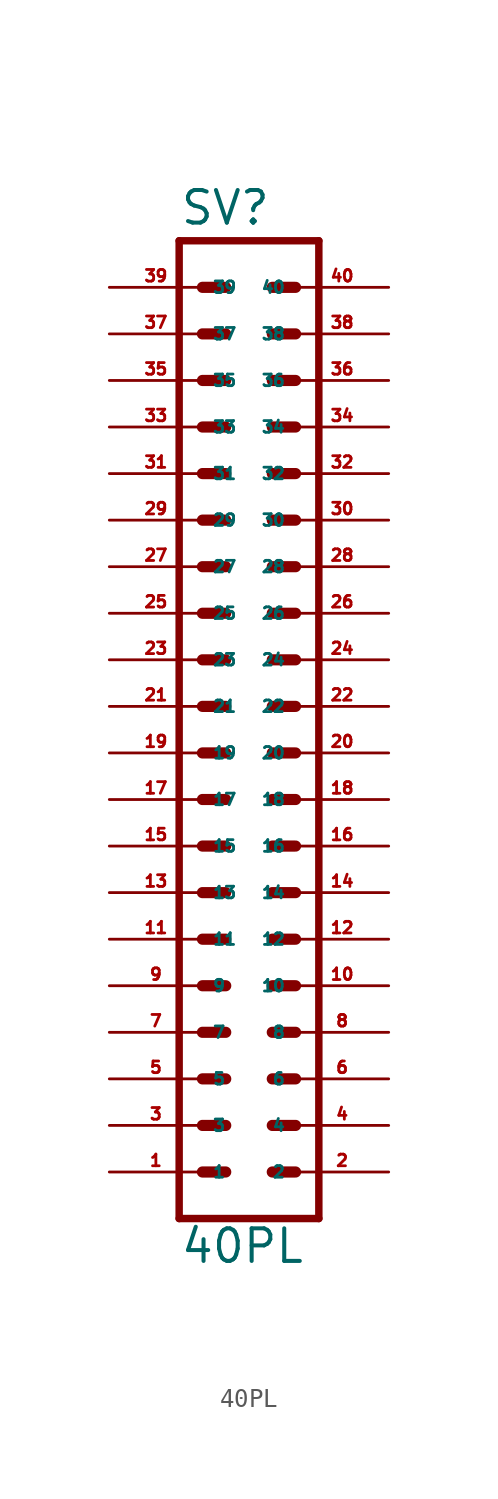
<source format=kicad_sym>
(kicad_symbol_lib
  (version 20220914)
  (generator Eagle2Kicad)
  (symbol "40PL"
    (property "Reference" "SV"
      (at -3.81 28.702 0)
      (effects (font (size 1.778 1.778) (thickness 0.22)) (justify left bottom)))
    (property "Value" "40PL"
      (at -3.81 -27.94 0)
      (effects (font (size 1.778 1.778) (thickness 0.22)) (justify left bottom)))
    (polyline
      (pts (xy 3.81 -25.4) (xy -3.81 -25.4))
      (stroke (width 0.406) (type default))
      (fill (type none)))
    (polyline
      (pts (xy -3.81 27.94) (xy -3.81 -25.4))
      (stroke (width 0.406) (type default))
      (fill (type none)))
    (polyline
      (pts (xy -3.81 27.94) (xy 3.81 27.94))
      (stroke (width 0.406) (type default))
      (fill (type none)))
    (polyline
      (pts (xy 3.81 -25.4) (xy 3.81 27.94))
      (stroke (width 0.406) (type default))
      (fill (type none)))
    (polyline
      (pts (xy -2.54 -22.86) (xy -1.27 -22.86))
      (stroke (width 0.61) (type default))
      (fill (type none)))
    (polyline
      (pts (xy -2.54 -20.32) (xy -1.27 -20.32))
      (stroke (width 0.61) (type default))
      (fill (type none)))
    (polyline
      (pts (xy -2.54 -17.78) (xy -1.27 -17.78))
      (stroke (width 0.61) (type default))
      (fill (type none)))
    (polyline
      (pts (xy -2.54 -15.24) (xy -1.27 -15.24))
      (stroke (width 0.61) (type default))
      (fill (type none)))
    (polyline
      (pts (xy -2.54 -12.7) (xy -1.27 -12.7))
      (stroke (width 0.61) (type default))
      (fill (type none)))
    (polyline
      (pts (xy -2.54 -10.16) (xy -1.27 -10.16))
      (stroke (width 0.61) (type default))
      (fill (type none)))
    (polyline
      (pts (xy -2.54 -7.62) (xy -1.27 -7.62))
      (stroke (width 0.61) (type default))
      (fill (type none)))
    (polyline
      (pts (xy -2.54 -5.08) (xy -1.27 -5.08))
      (stroke (width 0.61) (type default))
      (fill (type none)))
    (polyline
      (pts (xy -2.54 -2.54) (xy -1.27 -2.54))
      (stroke (width 0.61) (type default))
      (fill (type none)))
    (polyline
      (pts (xy -2.54 0) (xy -1.27 0))
      (stroke (width 0.61) (type default))
      (fill (type none)))
    (polyline
      (pts (xy -2.54 2.54) (xy -1.27 2.54))
      (stroke (width 0.61) (type default))
      (fill (type none)))
    (polyline
      (pts (xy -2.54 5.08) (xy -1.27 5.08))
      (stroke (width 0.61) (type default))
      (fill (type none)))
    (polyline
      (pts (xy -2.54 7.62) (xy -1.27 7.62))
      (stroke (width 0.61) (type default))
      (fill (type none)))
    (polyline
      (pts (xy -2.54 10.16) (xy -1.27 10.16))
      (stroke (width 0.61) (type default))
      (fill (type none)))
    (polyline
      (pts (xy -2.54 12.7) (xy -1.27 12.7))
      (stroke (width 0.61) (type default))
      (fill (type none)))
    (polyline
      (pts (xy -2.54 15.24) (xy -1.27 15.24))
      (stroke (width 0.61) (type default))
      (fill (type none)))
    (polyline
      (pts (xy 2.54 -22.86) (xy 1.27 -22.86))
      (stroke (width 0.61) (type default))
      (fill (type none)))
    (polyline
      (pts (xy 2.54 -20.32) (xy 1.27 -20.32))
      (stroke (width 0.61) (type default))
      (fill (type none)))
    (polyline
      (pts (xy 2.54 -17.78) (xy 1.27 -17.78))
      (stroke (width 0.61) (type default))
      (fill (type none)))
    (polyline
      (pts (xy 2.54 -15.24) (xy 1.27 -15.24))
      (stroke (width 0.61) (type default))
      (fill (type none)))
    (polyline
      (pts (xy 2.54 -12.7) (xy 1.27 -12.7))
      (stroke (width 0.61) (type default))
      (fill (type none)))
    (polyline
      (pts (xy 2.54 -10.16) (xy 1.27 -10.16))
      (stroke (width 0.61) (type default))
      (fill (type none)))
    (polyline
      (pts (xy 2.54 -7.62) (xy 1.27 -7.62))
      (stroke (width 0.61) (type default))
      (fill (type none)))
    (polyline
      (pts (xy 2.54 -5.08) (xy 1.27 -5.08))
      (stroke (width 0.61) (type default))
      (fill (type none)))
    (polyline
      (pts (xy 2.54 -2.54) (xy 1.27 -2.54))
      (stroke (width 0.61) (type default))
      (fill (type none)))
    (polyline
      (pts (xy 2.54 0) (xy 1.27 0))
      (stroke (width 0.61) (type default))
      (fill (type none)))
    (polyline
      (pts (xy 2.54 2.54) (xy 1.27 2.54))
      (stroke (width 0.61) (type default))
      (fill (type none)))
    (polyline
      (pts (xy 2.54 5.08) (xy 1.27 5.08))
      (stroke (width 0.61) (type default))
      (fill (type none)))
    (polyline
      (pts (xy 2.54 7.62) (xy 1.27 7.62))
      (stroke (width 0.61) (type default))
      (fill (type none)))
    (polyline
      (pts (xy 2.54 10.16) (xy 1.27 10.16))
      (stroke (width 0.61) (type default))
      (fill (type none)))
    (polyline
      (pts (xy 2.54 12.7) (xy 1.27 12.7))
      (stroke (width 0.61) (type default))
      (fill (type none)))
    (polyline
      (pts (xy 2.54 15.24) (xy 1.27 15.24))
      (stroke (width 0.61) (type default))
      (fill (type none)))
    (polyline
      (pts (xy 2.54 17.78) (xy 1.27 17.78))
      (stroke (width 0.61) (type default))
      (fill (type none)))
    (polyline
      (pts (xy 2.54 20.32) (xy 1.27 20.32))
      (stroke (width 0.61) (type default))
      (fill (type none)))
    (polyline
      (pts (xy 2.54 22.86) (xy 1.27 22.86))
      (stroke (width 0.61) (type default))
      (fill (type none)))
    (polyline
      (pts (xy 2.54 25.4) (xy 1.27 25.4))
      (stroke (width 0.61) (type default))
      (fill (type none)))
    (polyline
      (pts (xy -2.54 17.78) (xy -1.27 17.78))
      (stroke (width 0.61) (type default))
      (fill (type none)))
    (polyline
      (pts (xy -2.54 20.32) (xy -1.27 20.32))
      (stroke (width 0.61) (type default))
      (fill (type none)))
    (polyline
      (pts (xy -2.54 22.86) (xy -1.27 22.86))
      (stroke (width 0.61) (type default))
      (fill (type none)))
    (polyline
      (pts (xy -2.54 25.4) (xy -1.27 25.4))
      (stroke (width 0.61) (type default))
      (fill (type none)))
    (pin passive line
      (at -7.62 15.24 0)
      (length 5.08)
      (name "31" (effects (font (size 0.635 0.635) (thickness 0.08)) (justify left bottom)))
      (number "31" (effects (font (size 0.635 0.635) (thickness 0.08)) (justify left bottom))))
    (pin passive line
      (at -7.62 12.7 0)
      (length 5.08)
      (name "29" (effects (font (size 0.635 0.635) (thickness 0.08)) (justify left bottom)))
      (number "29" (effects (font (size 0.635 0.635) (thickness 0.08)) (justify left bottom))))
    (pin passive line
      (at -7.62 10.16 0)
      (length 5.08)
      (name "27" (effects (font (size 0.635 0.635) (thickness 0.08)) (justify left bottom)))
      (number "27" (effects (font (size 0.635 0.635) (thickness 0.08)) (justify left bottom))))
    (pin passive line
      (at -7.62 7.62 0)
      (length 5.08)
      (name "25" (effects (font (size 0.635 0.635) (thickness 0.08)) (justify left bottom)))
      (number "25" (effects (font (size 0.635 0.635) (thickness 0.08)) (justify left bottom))))
    (pin passive line
      (at -7.62 5.08 0)
      (length 5.08)
      (name "23" (effects (font (size 0.635 0.635) (thickness 0.08)) (justify left bottom)))
      (number "23" (effects (font (size 0.635 0.635) (thickness 0.08)) (justify left bottom))))
    (pin passive line
      (at -7.62 2.54 0)
      (length 5.08)
      (name "21" (effects (font (size 0.635 0.635) (thickness 0.08)) (justify left bottom)))
      (number "21" (effects (font (size 0.635 0.635) (thickness 0.08)) (justify left bottom))))
    (pin passive line
      (at -7.62 0 0)
      (length 5.08)
      (name "19" (effects (font (size 0.635 0.635) (thickness 0.08)) (justify left bottom)))
      (number "19" (effects (font (size 0.635 0.635) (thickness 0.08)) (justify left bottom))))
    (pin passive line
      (at -7.62 -2.54 0)
      (length 5.08)
      (name "17" (effects (font (size 0.635 0.635) (thickness 0.08)) (justify left bottom)))
      (number "17" (effects (font (size 0.635 0.635) (thickness 0.08)) (justify left bottom))))
    (pin passive line
      (at -7.62 -5.08 0)
      (length 5.08)
      (name "15" (effects (font (size 0.635 0.635) (thickness 0.08)) (justify left bottom)))
      (number "15" (effects (font (size 0.635 0.635) (thickness 0.08)) (justify left bottom))))
    (pin passive line
      (at -7.62 -7.62 0)
      (length 5.08)
      (name "13" (effects (font (size 0.635 0.635) (thickness 0.08)) (justify left bottom)))
      (number "13" (effects (font (size 0.635 0.635) (thickness 0.08)) (justify left bottom))))
    (pin passive line
      (at -7.62 -10.16 0)
      (length 5.08)
      (name "11" (effects (font (size 0.635 0.635) (thickness 0.08)) (justify left bottom)))
      (number "11" (effects (font (size 0.635 0.635) (thickness 0.08)) (justify left bottom))))
    (pin passive line
      (at -7.62 -12.7 0)
      (length 5.08)
      (name "9" (effects (font (size 0.635 0.635) (thickness 0.08)) (justify left bottom)))
      (number "9" (effects (font (size 0.635 0.635) (thickness 0.08)) (justify left bottom))))
    (pin passive line
      (at -7.62 -15.24 0)
      (length 5.08)
      (name "7" (effects (font (size 0.635 0.635) (thickness 0.08)) (justify left bottom)))
      (number "7" (effects (font (size 0.635 0.635) (thickness 0.08)) (justify left bottom))))
    (pin passive line
      (at -7.62 -17.78 0)
      (length 5.08)
      (name "5" (effects (font (size 0.635 0.635) (thickness 0.08)) (justify left bottom)))
      (number "5" (effects (font (size 0.635 0.635) (thickness 0.08)) (justify left bottom))))
    (pin passive line
      (at -7.62 -20.32 0)
      (length 5.08)
      (name "3" (effects (font (size 0.635 0.635) (thickness 0.08)) (justify left bottom)))
      (number "3" (effects (font (size 0.635 0.635) (thickness 0.08)) (justify left bottom))))
    (pin passive line
      (at -7.62 -22.86 0)
      (length 5.08)
      (name "1" (effects (font (size 0.635 0.635) (thickness 0.08)) (justify left bottom)))
      (number "1" (effects (font (size 0.635 0.635) (thickness 0.08)) (justify left bottom))))
    (pin passive line
      (at 7.62 15.24 180)
      (length 5.08)
      (name "32" (effects (font (size 0.635 0.635) (thickness 0.08)) (justify left bottom)))
      (number "32" (effects (font (size 0.635 0.635) (thickness 0.08)) (justify left bottom))))
    (pin passive line
      (at 7.62 12.7 180)
      (length 5.08)
      (name "30" (effects (font (size 0.635 0.635) (thickness 0.08)) (justify left bottom)))
      (number "30" (effects (font (size 0.635 0.635) (thickness 0.08)) (justify left bottom))))
    (pin passive line
      (at 7.62 10.16 180)
      (length 5.08)
      (name "28" (effects (font (size 0.635 0.635) (thickness 0.08)) (justify left bottom)))
      (number "28" (effects (font (size 0.635 0.635) (thickness 0.08)) (justify left bottom))))
    (pin passive line
      (at 7.62 7.62 180)
      (length 5.08)
      (name "26" (effects (font (size 0.635 0.635) (thickness 0.08)) (justify left bottom)))
      (number "26" (effects (font (size 0.635 0.635) (thickness 0.08)) (justify left bottom))))
    (pin passive line
      (at 7.62 5.08 180)
      (length 5.08)
      (name "24" (effects (font (size 0.635 0.635) (thickness 0.08)) (justify left bottom)))
      (number "24" (effects (font (size 0.635 0.635) (thickness 0.08)) (justify left bottom))))
    (pin passive line
      (at 7.62 2.54 180)
      (length 5.08)
      (name "22" (effects (font (size 0.635 0.635) (thickness 0.08)) (justify left bottom)))
      (number "22" (effects (font (size 0.635 0.635) (thickness 0.08)) (justify left bottom))))
    (pin passive line
      (at 7.62 0 180)
      (length 5.08)
      (name "20" (effects (font (size 0.635 0.635) (thickness 0.08)) (justify left bottom)))
      (number "20" (effects (font (size 0.635 0.635) (thickness 0.08)) (justify left bottom))))
    (pin passive line
      (at 7.62 -2.54 180)
      (length 5.08)
      (name "18" (effects (font (size 0.635 0.635) (thickness 0.08)) (justify left bottom)))
      (number "18" (effects (font (size 0.635 0.635) (thickness 0.08)) (justify left bottom))))
    (pin passive line
      (at 7.62 -5.08 180)
      (length 5.08)
      (name "16" (effects (font (size 0.635 0.635) (thickness 0.08)) (justify left bottom)))
      (number "16" (effects (font (size 0.635 0.635) (thickness 0.08)) (justify left bottom))))
    (pin passive line
      (at 7.62 -7.62 180)
      (length 5.08)
      (name "14" (effects (font (size 0.635 0.635) (thickness 0.08)) (justify left bottom)))
      (number "14" (effects (font (size 0.635 0.635) (thickness 0.08)) (justify left bottom))))
    (pin passive line
      (at 7.62 -10.16 180)
      (length 5.08)
      (name "12" (effects (font (size 0.635 0.635) (thickness 0.08)) (justify left bottom)))
      (number "12" (effects (font (size 0.635 0.635) (thickness 0.08)) (justify left bottom))))
    (pin passive line
      (at 7.62 -12.7 180)
      (length 5.08)
      (name "10" (effects (font (size 0.635 0.635) (thickness 0.08)) (justify left bottom)))
      (number "10" (effects (font (size 0.635 0.635) (thickness 0.08)) (justify left bottom))))
    (pin passive line
      (at 7.62 -15.24 180)
      (length 5.08)
      (name "8" (effects (font (size 0.635 0.635) (thickness 0.08)) (justify left bottom)))
      (number "8" (effects (font (size 0.635 0.635) (thickness 0.08)) (justify left bottom))))
    (pin passive line
      (at 7.62 -17.78 180)
      (length 5.08)
      (name "6" (effects (font (size 0.635 0.635) (thickness 0.08)) (justify left bottom)))
      (number "6" (effects (font (size 0.635 0.635) (thickness 0.08)) (justify left bottom))))
    (pin passive line
      (at 7.62 -20.32 180)
      (length 5.08)
      (name "4" (effects (font (size 0.635 0.635) (thickness 0.08)) (justify left bottom)))
      (number "4" (effects (font (size 0.635 0.635) (thickness 0.08)) (justify left bottom))))
    (pin passive line
      (at 7.62 -22.86 180)
      (length 5.08)
      (name "2" (effects (font (size 0.635 0.635) (thickness 0.08)) (justify left bottom)))
      (number "2" (effects (font (size 0.635 0.635) (thickness 0.08)) (justify left bottom))))
    (pin passive line
      (at -7.62 17.78 0)
      (length 5.08)
      (name "33" (effects (font (size 0.635 0.635) (thickness 0.08)) (justify left bottom)))
      (number "33" (effects (font (size 0.635 0.635) (thickness 0.08)) (justify left bottom))))
    (pin passive line
      (at -7.62 20.32 0)
      (length 5.08)
      (name "35" (effects (font (size 0.635 0.635) (thickness 0.08)) (justify left bottom)))
      (number "35" (effects (font (size 0.635 0.635) (thickness 0.08)) (justify left bottom))))
    (pin passive line
      (at -7.62 22.86 0)
      (length 5.08)
      (name "37" (effects (font (size 0.635 0.635) (thickness 0.08)) (justify left bottom)))
      (number "37" (effects (font (size 0.635 0.635) (thickness 0.08)) (justify left bottom))))
    (pin passive line
      (at -7.62 25.4 0)
      (length 5.08)
      (name "39" (effects (font (size 0.635 0.635) (thickness 0.08)) (justify left bottom)))
      (number "39" (effects (font (size 0.635 0.635) (thickness 0.08)) (justify left bottom))))
    (pin passive line
      (at 7.62 17.78 180)
      (length 5.08)
      (name "34" (effects (font (size 0.635 0.635) (thickness 0.08)) (justify left bottom)))
      (number "34" (effects (font (size 0.635 0.635) (thickness 0.08)) (justify left bottom))))
    (pin passive line
      (at 7.62 20.32 180)
      (length 5.08)
      (name "36" (effects (font (size 0.635 0.635) (thickness 0.08)) (justify left bottom)))
      (number "36" (effects (font (size 0.635 0.635) (thickness 0.08)) (justify left bottom))))
    (pin passive line
      (at 7.62 22.86 180)
      (length 5.08)
      (name "38" (effects (font (size 0.635 0.635) (thickness 0.08)) (justify left bottom)))
      (number "38" (effects (font (size 0.635 0.635) (thickness 0.08)) (justify left bottom))))
    (pin passive line
      (at 7.62 25.4 180)
      (length 5.08)
      (name "40" (effects (font (size 0.635 0.635) (thickness 0.08)) (justify left bottom)))
      (number "40" (effects (font (size 0.635 0.635) (thickness 0.08)) (justify left bottom))))))
</source>
